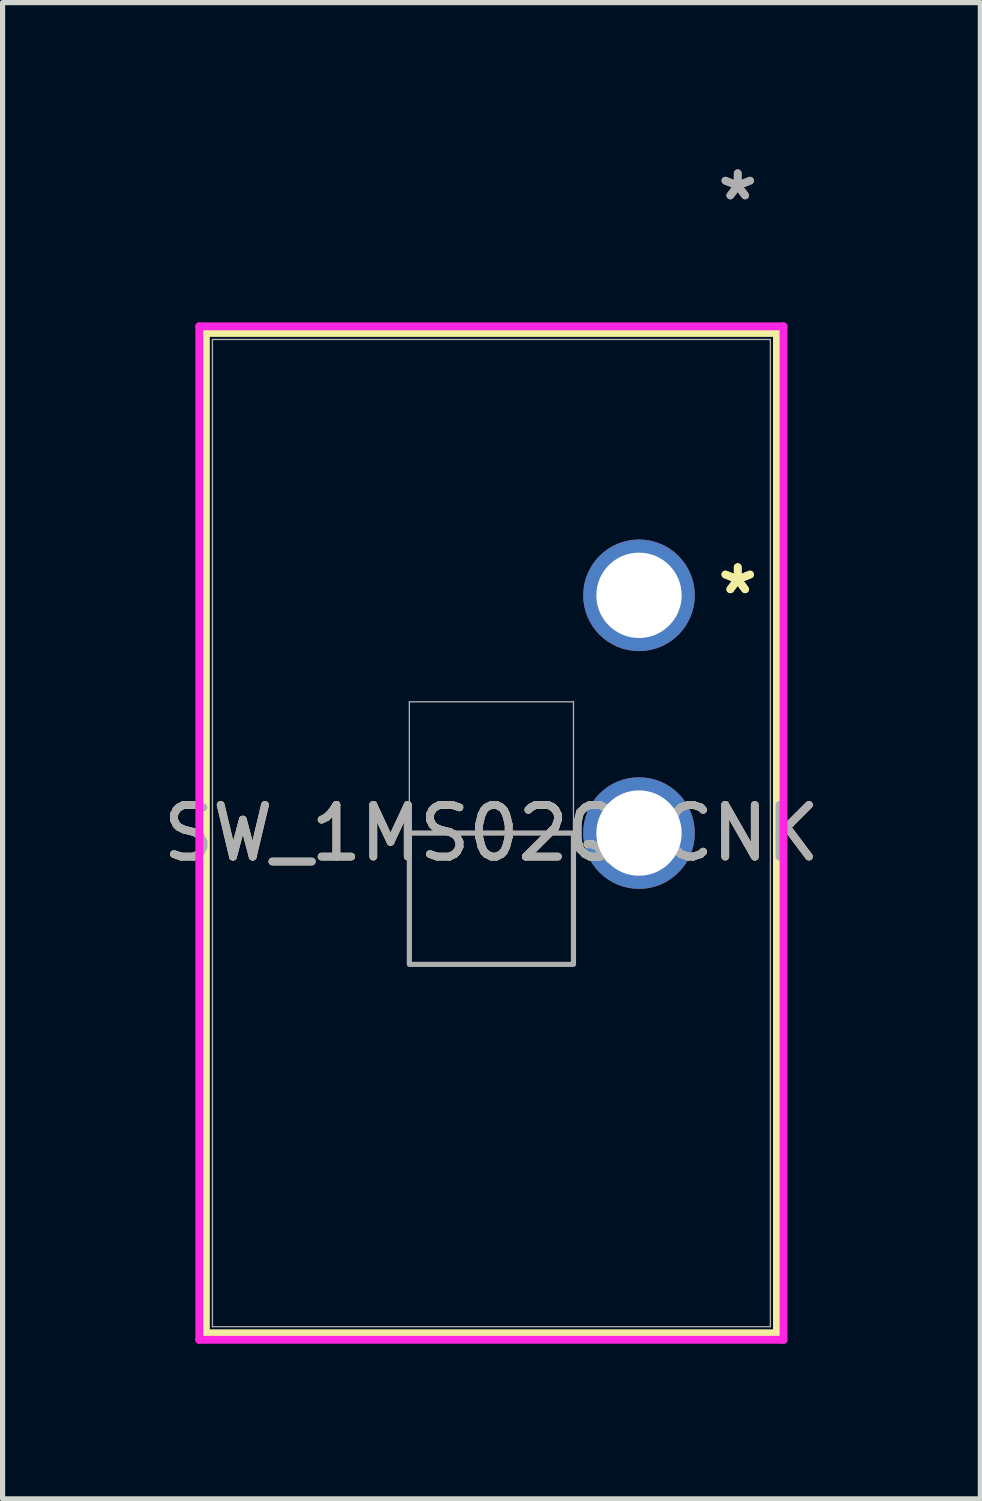
<source format=kicad_pcb>
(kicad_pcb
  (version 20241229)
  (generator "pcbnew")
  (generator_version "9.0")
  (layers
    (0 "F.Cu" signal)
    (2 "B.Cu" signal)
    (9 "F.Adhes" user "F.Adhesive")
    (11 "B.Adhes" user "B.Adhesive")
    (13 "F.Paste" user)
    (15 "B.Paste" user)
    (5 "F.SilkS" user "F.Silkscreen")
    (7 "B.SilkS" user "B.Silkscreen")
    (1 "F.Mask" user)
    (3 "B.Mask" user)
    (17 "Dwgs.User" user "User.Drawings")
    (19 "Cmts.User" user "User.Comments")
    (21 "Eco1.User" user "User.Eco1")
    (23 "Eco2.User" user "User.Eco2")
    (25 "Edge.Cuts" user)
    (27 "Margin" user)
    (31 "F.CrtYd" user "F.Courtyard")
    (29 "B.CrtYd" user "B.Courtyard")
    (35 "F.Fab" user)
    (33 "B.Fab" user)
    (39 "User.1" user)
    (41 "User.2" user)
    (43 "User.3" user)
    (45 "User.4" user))
  (footprint "SW_1MS02Q_CNK"
    (layer "F.Cu")
    (at 9.313 8.468)
    (property "Reference" "SW_1MS02Q_CNK" (at -2.855 4.6 0) (unlocked yes) (layer "F.SilkS") (effects (font (size 1 1) (thickness 0.15))))
    (attr through_hole)
    (fp_line (start -8.38 -5.077) (end -8.38 14.277) (stroke (width 0.152) (type solid)) (layer "F.SilkS"))
    (fp_line (start -8.38 14.277) (end 2.669 14.277) (stroke (width 0.152) (type solid)) (layer "F.SilkS"))
    (fp_line (start 2.669 -5.077) (end -8.38 -5.077) (stroke (width 0.152) (type solid)) (layer "F.SilkS"))
    (fp_line (start 2.669 14.277) (end 2.669 -5.077) (stroke (width 0.152) (type solid)) (layer "F.SilkS"))
    (fp_line (start -8.507 -5.204) (end -8.507 14.404) (stroke (width 0.152) (type solid)) (layer "F.CrtYd"))
    (fp_line (start -8.507 14.404) (end 2.796 14.404) (stroke (width 0.152) (type solid)) (layer "F.CrtYd"))
    (fp_line (start 2.796 -5.204) (end -8.507 -5.204) (stroke (width 0.152) (type solid)) (layer "F.CrtYd"))
    (fp_line (start 2.796 14.404) (end 2.796 -5.204) (stroke (width 0.152) (type solid)) (layer "F.CrtYd"))
    (fp_line (start -8.253 -4.95) (end -8.253 14.15) (stroke (width 0.025) (type solid)) (layer "F.Fab"))
    (fp_line (start -8.253 14.15) (end 2.542 14.15) (stroke (width 0.025) (type solid)) (layer "F.Fab"))
    (fp_line (start -4.443 2.06) (end -1.268 2.06) (stroke (width 0.025) (type solid)) (layer "F.Fab"))
    (fp_line (start -4.443 7.14) (end -4.443 2.06) (stroke (width 0.025) (type solid)) (layer "F.Fab"))
    (fp_line (start -1.268 2.06) (end -1.268 7.14) (stroke (width 0.025) (type solid)) (layer "F.Fab"))
    (fp_line (start -1.268 7.14) (end -4.443 7.14) (stroke (width 0.025) (type solid)) (layer "F.Fab"))
    (fp_line (start 2.542 -4.95) (end -8.253 -4.95) (stroke (width 0.025) (type solid)) (layer "F.Fab"))
    (fp_line (start 2.542 14.15) (end 2.542 -4.95) (stroke (width 0.025) (type solid)) (layer "F.Fab"))
    (fp_poly (pts (xy -4.443 7.14) (xy -4.443 4.6) (xy -1.268 4.6) (xy -1.268 7.14)) (stroke (width 0.1) (type solid)) (fill no) (layer "F.Fab"))
    (fp_text user "*" (at 1.91 0 0) (layer "F.SilkS") (effects (font (size 1 1) (thickness 0.15))))
    (fp_text user "*" (at 1.91 0 0) (unlocked yes) (layer "F.SilkS") (effects (font (size 1 1) (thickness 0.15))))
    (fp_text user "*" (at 1.91 -7.62 0) (unlocked yes) (layer "F.Fab") (effects (font (size 1 1) (thickness 0.15))))
    (fp_text user "${REFERENCE}" (at -2.855 4.6 0) (unlocked yes) (layer "F.Fab") (effects (font (size 1 1) (thickness 0.15))))
    (fp_text user "*" (at 1.91 -7.62 0) (layer "F.Fab") (effects (font (size 1 1) (thickness 0.15))))
    (pad "5" thru_hole circle (at 0 4.6) (size 2.159 2.159) (drill 1.651) (layers "*.Cu" "*.Mask"))
    (pad "6" thru_hole circle (at 0 0) (size 2.159 2.159) (drill 1.651) (layers "*.Cu" "*.Mask")))
  (gr_rect
    (start -3 -3)
    (end 15.917 25.949)
    (stroke (width 0.1) (type default))
    (fill no)
    (layer "Edge.Cuts")))
</source>
